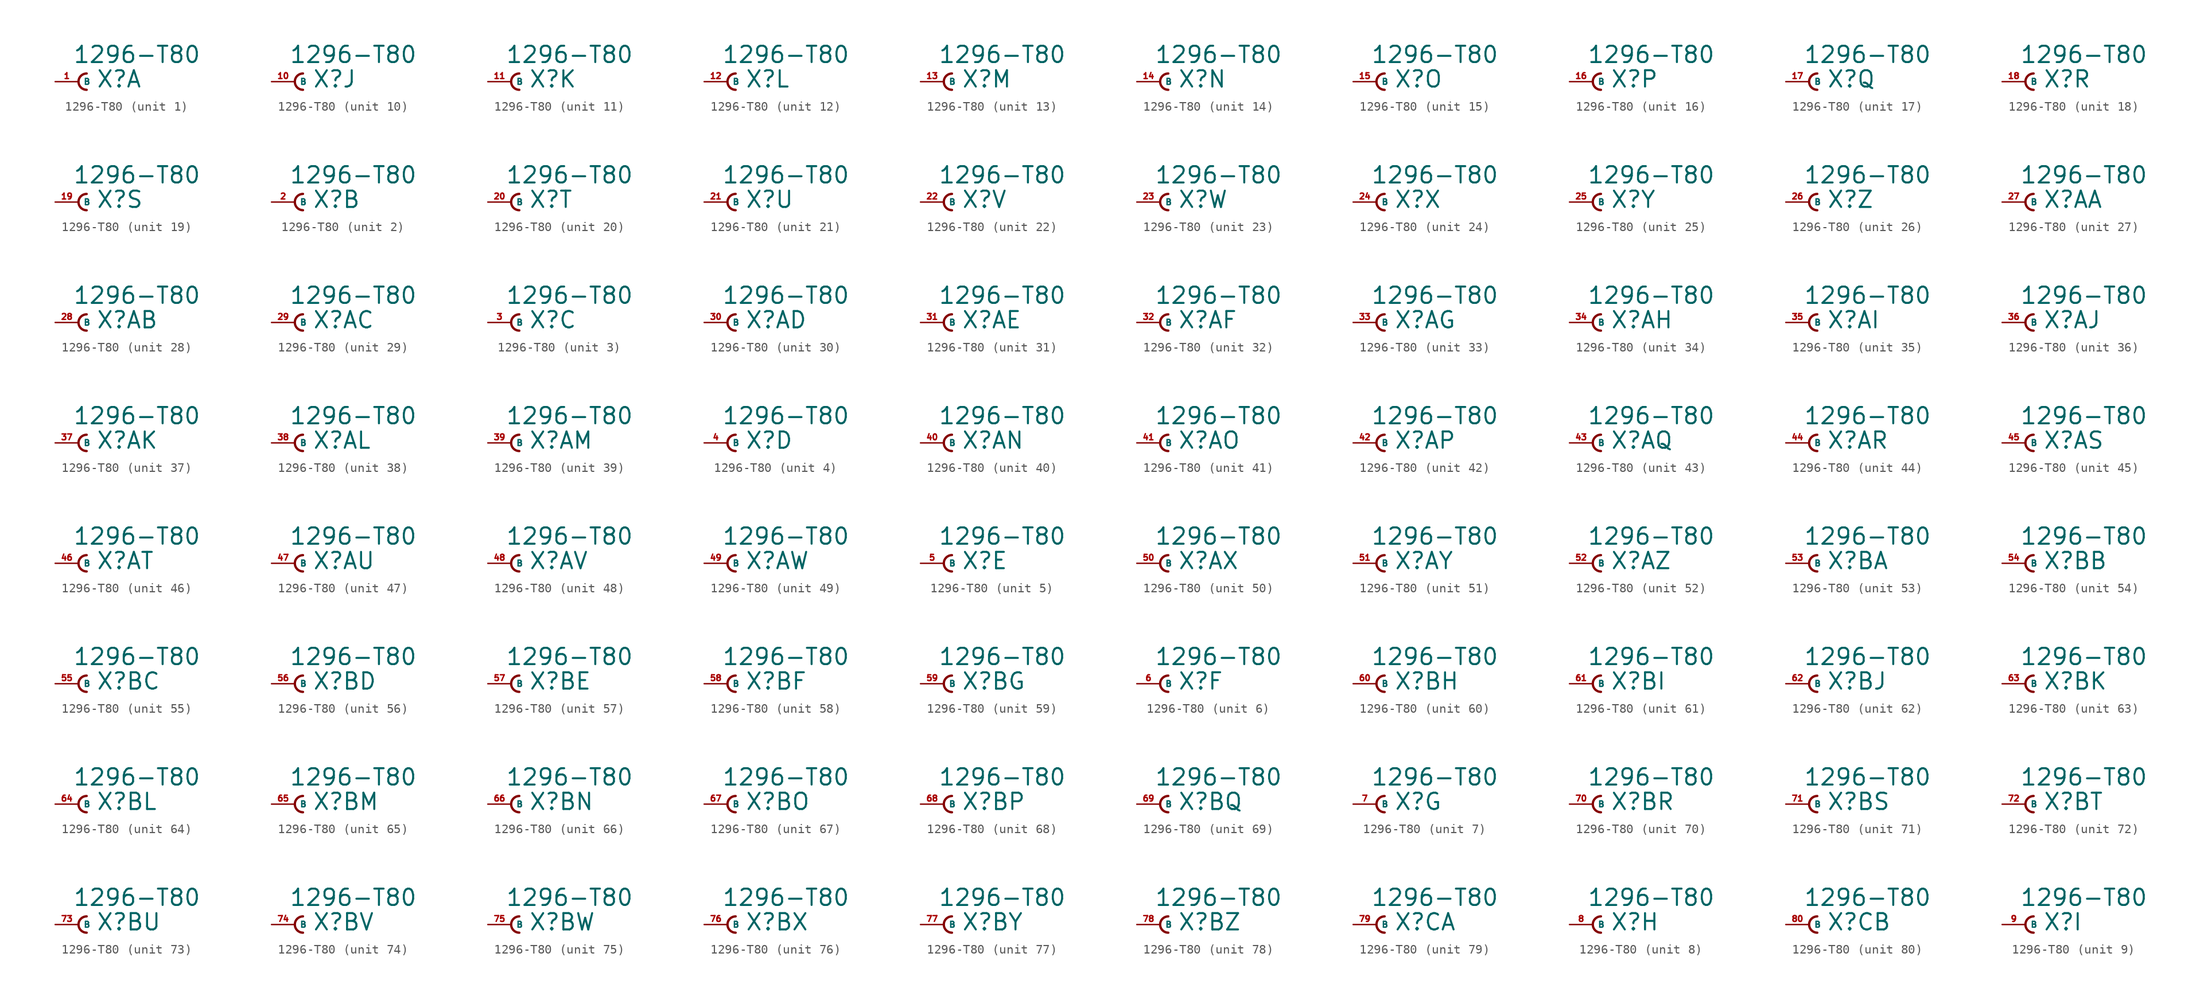
<source format=kicad_sym>
(kicad_symbol_lib
  (version 20220914)
  (generator Eagle2Kicad)
  (symbol "1296-T80"
    (property "Reference" "X"
      (at 1.905 -0.762 0)
      (effects (font (size 1.778 1.778) (thickness 0.22)) (justify left bottom)))
    (property "Value" "1296-T80"
      (at -0.635 1.905 0)
      (effects (font (size 1.778 1.778) (thickness 0.22)) (justify left bottom)))
    (symbol "1296-T80_1_0"
      (arc (start 0.889 0.889) (mid 0.000 0.000) (end 0.889 -0.889) (stroke (width 0.254) (type default)) (fill (type none)))
      (pin passive line (at -2.54 0 0) (length 2.54) (name "B" (effects (font (size 0.635 0.635) (thickness 0.08)) (justify left bottom))) (number "1" (effects (font (size 0.635 0.635) (thickness 0.08)) (justify left bottom)))))
    (symbol "1296-T80_2_0"
      (arc (start 0.889 0.889) (mid 0.000 0.000) (end 0.889 -0.889) (stroke (width 0.254) (type default)) (fill (type none)))
      (pin passive line (at -2.54 0 0) (length 2.54) (name "B" (effects (font (size 0.635 0.635) (thickness 0.08)) (justify left bottom))) (number "2" (effects (font (size 0.635 0.635) (thickness 0.08)) (justify left bottom)))))
    (symbol "1296-T80_3_0"
      (arc (start 0.889 0.889) (mid 0.000 0.000) (end 0.889 -0.889) (stroke (width 0.254) (type default)) (fill (type none)))
      (pin passive line (at -2.54 0 0) (length 2.54) (name "B" (effects (font (size 0.635 0.635) (thickness 0.08)) (justify left bottom))) (number "3" (effects (font (size 0.635 0.635) (thickness 0.08)) (justify left bottom)))))
    (symbol "1296-T80_4_0"
      (arc (start 0.889 0.889) (mid 0.000 0.000) (end 0.889 -0.889) (stroke (width 0.254) (type default)) (fill (type none)))
      (pin passive line (at -2.54 0 0) (length 2.54) (name "B" (effects (font (size 0.635 0.635) (thickness 0.08)) (justify left bottom))) (number "4" (effects (font (size 0.635 0.635) (thickness 0.08)) (justify left bottom)))))
    (symbol "1296-T80_5_0"
      (arc (start 0.889 0.889) (mid 0.000 0.000) (end 0.889 -0.889) (stroke (width 0.254) (type default)) (fill (type none)))
      (pin passive line (at -2.54 0 0) (length 2.54) (name "B" (effects (font (size 0.635 0.635) (thickness 0.08)) (justify left bottom))) (number "5" (effects (font (size 0.635 0.635) (thickness 0.08)) (justify left bottom)))))
    (symbol "1296-T80_6_0"
      (arc (start 0.889 0.889) (mid 0.000 0.000) (end 0.889 -0.889) (stroke (width 0.254) (type default)) (fill (type none)))
      (pin passive line (at -2.54 0 0) (length 2.54) (name "B" (effects (font (size 0.635 0.635) (thickness 0.08)) (justify left bottom))) (number "6" (effects (font (size 0.635 0.635) (thickness 0.08)) (justify left bottom)))))
    (symbol "1296-T80_7_0"
      (arc (start 0.889 0.889) (mid 0.000 0.000) (end 0.889 -0.889) (stroke (width 0.254) (type default)) (fill (type none)))
      (pin passive line (at -2.54 0 0) (length 2.54) (name "B" (effects (font (size 0.635 0.635) (thickness 0.08)) (justify left bottom))) (number "7" (effects (font (size 0.635 0.635) (thickness 0.08)) (justify left bottom)))))
    (symbol "1296-T80_8_0"
      (arc (start 0.889 0.889) (mid 0.000 0.000) (end 0.889 -0.889) (stroke (width 0.254) (type default)) (fill (type none)))
      (pin passive line (at -2.54 0 0) (length 2.54) (name "B" (effects (font (size 0.635 0.635) (thickness 0.08)) (justify left bottom))) (number "8" (effects (font (size 0.635 0.635) (thickness 0.08)) (justify left bottom)))))
    (symbol "1296-T80_9_0"
      (arc (start 0.889 0.889) (mid 0.000 0.000) (end 0.889 -0.889) (stroke (width 0.254) (type default)) (fill (type none)))
      (pin passive line (at -2.54 0 0) (length 2.54) (name "B" (effects (font (size 0.635 0.635) (thickness 0.08)) (justify left bottom))) (number "9" (effects (font (size 0.635 0.635) (thickness 0.08)) (justify left bottom)))))
    (symbol "1296-T80_10_0"
      (arc (start 0.889 0.889) (mid 0.000 0.000) (end 0.889 -0.889) (stroke (width 0.254) (type default)) (fill (type none)))
      (pin passive line (at -2.54 0 0) (length 2.54) (name "B" (effects (font (size 0.635 0.635) (thickness 0.08)) (justify left bottom))) (number "10" (effects (font (size 0.635 0.635) (thickness 0.08)) (justify left bottom)))))
    (symbol "1296-T80_11_0"
      (arc (start 0.889 0.889) (mid 0.000 0.000) (end 0.889 -0.889) (stroke (width 0.254) (type default)) (fill (type none)))
      (pin passive line (at -2.54 0 0) (length 2.54) (name "B" (effects (font (size 0.635 0.635) (thickness 0.08)) (justify left bottom))) (number "11" (effects (font (size 0.635 0.635) (thickness 0.08)) (justify left bottom)))))
    (symbol "1296-T80_12_0"
      (arc (start 0.889 0.889) (mid 0.000 0.000) (end 0.889 -0.889) (stroke (width 0.254) (type default)) (fill (type none)))
      (pin passive line (at -2.54 0 0) (length 2.54) (name "B" (effects (font (size 0.635 0.635) (thickness 0.08)) (justify left bottom))) (number "12" (effects (font (size 0.635 0.635) (thickness 0.08)) (justify left bottom)))))
    (symbol "1296-T80_13_0"
      (arc (start 0.889 0.889) (mid 0.000 0.000) (end 0.889 -0.889) (stroke (width 0.254) (type default)) (fill (type none)))
      (pin passive line (at -2.54 0 0) (length 2.54) (name "B" (effects (font (size 0.635 0.635) (thickness 0.08)) (justify left bottom))) (number "13" (effects (font (size 0.635 0.635) (thickness 0.08)) (justify left bottom)))))
    (symbol "1296-T80_14_0"
      (arc (start 0.889 0.889) (mid 0.000 0.000) (end 0.889 -0.889) (stroke (width 0.254) (type default)) (fill (type none)))
      (pin passive line (at -2.54 0 0) (length 2.54) (name "B" (effects (font (size 0.635 0.635) (thickness 0.08)) (justify left bottom))) (number "14" (effects (font (size 0.635 0.635) (thickness 0.08)) (justify left bottom)))))
    (symbol "1296-T80_15_0"
      (arc (start 0.889 0.889) (mid 0.000 0.000) (end 0.889 -0.889) (stroke (width 0.254) (type default)) (fill (type none)))
      (pin passive line (at -2.54 0 0) (length 2.54) (name "B" (effects (font (size 0.635 0.635) (thickness 0.08)) (justify left bottom))) (number "15" (effects (font (size 0.635 0.635) (thickness 0.08)) (justify left bottom)))))
    (symbol "1296-T80_16_0"
      (arc (start 0.889 0.889) (mid 0.000 0.000) (end 0.889 -0.889) (stroke (width 0.254) (type default)) (fill (type none)))
      (pin passive line (at -2.54 0 0) (length 2.54) (name "B" (effects (font (size 0.635 0.635) (thickness 0.08)) (justify left bottom))) (number "16" (effects (font (size 0.635 0.635) (thickness 0.08)) (justify left bottom)))))
    (symbol "1296-T80_17_0"
      (arc (start 0.889 0.889) (mid 0.000 0.000) (end 0.889 -0.889) (stroke (width 0.254) (type default)) (fill (type none)))
      (pin passive line (at -2.54 0 0) (length 2.54) (name "B" (effects (font (size 0.635 0.635) (thickness 0.08)) (justify left bottom))) (number "17" (effects (font (size 0.635 0.635) (thickness 0.08)) (justify left bottom)))))
    (symbol "1296-T80_18_0"
      (arc (start 0.889 0.889) (mid 0.000 0.000) (end 0.889 -0.889) (stroke (width 0.254) (type default)) (fill (type none)))
      (pin passive line (at -2.54 0 0) (length 2.54) (name "B" (effects (font (size 0.635 0.635) (thickness 0.08)) (justify left bottom))) (number "18" (effects (font (size 0.635 0.635) (thickness 0.08)) (justify left bottom)))))
    (symbol "1296-T80_19_0"
      (arc (start 0.889 0.889) (mid 0.000 0.000) (end 0.889 -0.889) (stroke (width 0.254) (type default)) (fill (type none)))
      (pin passive line (at -2.54 0 0) (length 2.54) (name "B" (effects (font (size 0.635 0.635) (thickness 0.08)) (justify left bottom))) (number "19" (effects (font (size 0.635 0.635) (thickness 0.08)) (justify left bottom)))))
    (symbol "1296-T80_20_0"
      (arc (start 0.889 0.889) (mid 0.000 0.000) (end 0.889 -0.889) (stroke (width 0.254) (type default)) (fill (type none)))
      (pin passive line (at -2.54 0 0) (length 2.54) (name "B" (effects (font (size 0.635 0.635) (thickness 0.08)) (justify left bottom))) (number "20" (effects (font (size 0.635 0.635) (thickness 0.08)) (justify left bottom)))))
    (symbol "1296-T80_21_0"
      (arc (start 0.889 0.889) (mid 0.000 0.000) (end 0.889 -0.889) (stroke (width 0.254) (type default)) (fill (type none)))
      (pin passive line (at -2.54 0 0) (length 2.54) (name "B" (effects (font (size 0.635 0.635) (thickness 0.08)) (justify left bottom))) (number "21" (effects (font (size 0.635 0.635) (thickness 0.08)) (justify left bottom)))))
    (symbol "1296-T80_22_0"
      (arc (start 0.889 0.889) (mid 0.000 0.000) (end 0.889 -0.889) (stroke (width 0.254) (type default)) (fill (type none)))
      (pin passive line (at -2.54 0 0) (length 2.54) (name "B" (effects (font (size 0.635 0.635) (thickness 0.08)) (justify left bottom))) (number "22" (effects (font (size 0.635 0.635) (thickness 0.08)) (justify left bottom)))))
    (symbol "1296-T80_23_0"
      (arc (start 0.889 0.889) (mid 0.000 0.000) (end 0.889 -0.889) (stroke (width 0.254) (type default)) (fill (type none)))
      (pin passive line (at -2.54 0 0) (length 2.54) (name "B" (effects (font (size 0.635 0.635) (thickness 0.08)) (justify left bottom))) (number "23" (effects (font (size 0.635 0.635) (thickness 0.08)) (justify left bottom)))))
    (symbol "1296-T80_24_0"
      (arc (start 0.889 0.889) (mid 0.000 0.000) (end 0.889 -0.889) (stroke (width 0.254) (type default)) (fill (type none)))
      (pin passive line (at -2.54 0 0) (length 2.54) (name "B" (effects (font (size 0.635 0.635) (thickness 0.08)) (justify left bottom))) (number "24" (effects (font (size 0.635 0.635) (thickness 0.08)) (justify left bottom)))))
    (symbol "1296-T80_25_0"
      (arc (start 0.889 0.889) (mid 0.000 0.000) (end 0.889 -0.889) (stroke (width 0.254) (type default)) (fill (type none)))
      (pin passive line (at -2.54 0 0) (length 2.54) (name "B" (effects (font (size 0.635 0.635) (thickness 0.08)) (justify left bottom))) (number "25" (effects (font (size 0.635 0.635) (thickness 0.08)) (justify left bottom)))))
    (symbol "1296-T80_26_0"
      (arc (start 0.889 0.889) (mid 0.000 0.000) (end 0.889 -0.889) (stroke (width 0.254) (type default)) (fill (type none)))
      (pin passive line (at -2.54 0 0) (length 2.54) (name "B" (effects (font (size 0.635 0.635) (thickness 0.08)) (justify left bottom))) (number "26" (effects (font (size 0.635 0.635) (thickness 0.08)) (justify left bottom)))))
    (symbol "1296-T80_27_0"
      (arc (start 0.889 0.889) (mid 0.000 0.000) (end 0.889 -0.889) (stroke (width 0.254) (type default)) (fill (type none)))
      (pin passive line (at -2.54 0 0) (length 2.54) (name "B" (effects (font (size 0.635 0.635) (thickness 0.08)) (justify left bottom))) (number "27" (effects (font (size 0.635 0.635) (thickness 0.08)) (justify left bottom)))))
    (symbol "1296-T80_28_0"
      (arc (start 0.889 0.889) (mid 0.000 0.000) (end 0.889 -0.889) (stroke (width 0.254) (type default)) (fill (type none)))
      (pin passive line (at -2.54 0 0) (length 2.54) (name "B" (effects (font (size 0.635 0.635) (thickness 0.08)) (justify left bottom))) (number "28" (effects (font (size 0.635 0.635) (thickness 0.08)) (justify left bottom)))))
    (symbol "1296-T80_29_0"
      (arc (start 0.889 0.889) (mid 0.000 0.000) (end 0.889 -0.889) (stroke (width 0.254) (type default)) (fill (type none)))
      (pin passive line (at -2.54 0 0) (length 2.54) (name "B" (effects (font (size 0.635 0.635) (thickness 0.08)) (justify left bottom))) (number "29" (effects (font (size 0.635 0.635) (thickness 0.08)) (justify left bottom)))))
    (symbol "1296-T80_30_0"
      (arc (start 0.889 0.889) (mid 0.000 0.000) (end 0.889 -0.889) (stroke (width 0.254) (type default)) (fill (type none)))
      (pin passive line (at -2.54 0 0) (length 2.54) (name "B" (effects (font (size 0.635 0.635) (thickness 0.08)) (justify left bottom))) (number "30" (effects (font (size 0.635 0.635) (thickness 0.08)) (justify left bottom)))))
    (symbol "1296-T80_31_0"
      (arc (start 0.889 0.889) (mid 0.000 0.000) (end 0.889 -0.889) (stroke (width 0.254) (type default)) (fill (type none)))
      (pin passive line (at -2.54 0 0) (length 2.54) (name "B" (effects (font (size 0.635 0.635) (thickness 0.08)) (justify left bottom))) (number "31" (effects (font (size 0.635 0.635) (thickness 0.08)) (justify left bottom)))))
    (symbol "1296-T80_32_0"
      (arc (start 0.889 0.889) (mid 0.000 0.000) (end 0.889 -0.889) (stroke (width 0.254) (type default)) (fill (type none)))
      (pin passive line (at -2.54 0 0) (length 2.54) (name "B" (effects (font (size 0.635 0.635) (thickness 0.08)) (justify left bottom))) (number "32" (effects (font (size 0.635 0.635) (thickness 0.08)) (justify left bottom)))))
    (symbol "1296-T80_33_0"
      (arc (start 0.889 0.889) (mid 0.000 0.000) (end 0.889 -0.889) (stroke (width 0.254) (type default)) (fill (type none)))
      (pin passive line (at -2.54 0 0) (length 2.54) (name "B" (effects (font (size 0.635 0.635) (thickness 0.08)) (justify left bottom))) (number "33" (effects (font (size 0.635 0.635) (thickness 0.08)) (justify left bottom)))))
    (symbol "1296-T80_34_0"
      (arc (start 0.889 0.889) (mid 0.000 0.000) (end 0.889 -0.889) (stroke (width 0.254) (type default)) (fill (type none)))
      (pin passive line (at -2.54 0 0) (length 2.54) (name "B" (effects (font (size 0.635 0.635) (thickness 0.08)) (justify left bottom))) (number "34" (effects (font (size 0.635 0.635) (thickness 0.08)) (justify left bottom)))))
    (symbol "1296-T80_35_0"
      (arc (start 0.889 0.889) (mid 0.000 0.000) (end 0.889 -0.889) (stroke (width 0.254) (type default)) (fill (type none)))
      (pin passive line (at -2.54 0 0) (length 2.54) (name "B" (effects (font (size 0.635 0.635) (thickness 0.08)) (justify left bottom))) (number "35" (effects (font (size 0.635 0.635) (thickness 0.08)) (justify left bottom)))))
    (symbol "1296-T80_36_0"
      (arc (start 0.889 0.889) (mid 0.000 0.000) (end 0.889 -0.889) (stroke (width 0.254) (type default)) (fill (type none)))
      (pin passive line (at -2.54 0 0) (length 2.54) (name "B" (effects (font (size 0.635 0.635) (thickness 0.08)) (justify left bottom))) (number "36" (effects (font (size 0.635 0.635) (thickness 0.08)) (justify left bottom)))))
    (symbol "1296-T80_37_0"
      (arc (start 0.889 0.889) (mid 0.000 0.000) (end 0.889 -0.889) (stroke (width 0.254) (type default)) (fill (type none)))
      (pin passive line (at -2.54 0 0) (length 2.54) (name "B" (effects (font (size 0.635 0.635) (thickness 0.08)) (justify left bottom))) (number "37" (effects (font (size 0.635 0.635) (thickness 0.08)) (justify left bottom)))))
    (symbol "1296-T80_38_0"
      (arc (start 0.889 0.889) (mid 0.000 0.000) (end 0.889 -0.889) (stroke (width 0.254) (type default)) (fill (type none)))
      (pin passive line (at -2.54 0 0) (length 2.54) (name "B" (effects (font (size 0.635 0.635) (thickness 0.08)) (justify left bottom))) (number "38" (effects (font (size 0.635 0.635) (thickness 0.08)) (justify left bottom)))))
    (symbol "1296-T80_39_0"
      (arc (start 0.889 0.889) (mid 0.000 0.000) (end 0.889 -0.889) (stroke (width 0.254) (type default)) (fill (type none)))
      (pin passive line (at -2.54 0 0) (length 2.54) (name "B" (effects (font (size 0.635 0.635) (thickness 0.08)) (justify left bottom))) (number "39" (effects (font (size 0.635 0.635) (thickness 0.08)) (justify left bottom)))))
    (symbol "1296-T80_40_0"
      (arc (start 0.889 0.889) (mid 0.000 0.000) (end 0.889 -0.889) (stroke (width 0.254) (type default)) (fill (type none)))
      (pin passive line (at -2.54 0 0) (length 2.54) (name "B" (effects (font (size 0.635 0.635) (thickness 0.08)) (justify left bottom))) (number "40" (effects (font (size 0.635 0.635) (thickness 0.08)) (justify left bottom)))))
    (symbol "1296-T80_41_0"
      (arc (start 0.889 0.889) (mid 0.000 0.000) (end 0.889 -0.889) (stroke (width 0.254) (type default)) (fill (type none)))
      (pin passive line (at -2.54 0 0) (length 2.54) (name "B" (effects (font (size 0.635 0.635) (thickness 0.08)) (justify left bottom))) (number "41" (effects (font (size 0.635 0.635) (thickness 0.08)) (justify left bottom)))))
    (symbol "1296-T80_42_0"
      (arc (start 0.889 0.889) (mid 0.000 0.000) (end 0.889 -0.889) (stroke (width 0.254) (type default)) (fill (type none)))
      (pin passive line (at -2.54 0 0) (length 2.54) (name "B" (effects (font (size 0.635 0.635) (thickness 0.08)) (justify left bottom))) (number "42" (effects (font (size 0.635 0.635) (thickness 0.08)) (justify left bottom)))))
    (symbol "1296-T80_43_0"
      (arc (start 0.889 0.889) (mid 0.000 0.000) (end 0.889 -0.889) (stroke (width 0.254) (type default)) (fill (type none)))
      (pin passive line (at -2.54 0 0) (length 2.54) (name "B" (effects (font (size 0.635 0.635) (thickness 0.08)) (justify left bottom))) (number "43" (effects (font (size 0.635 0.635) (thickness 0.08)) (justify left bottom)))))
    (symbol "1296-T80_44_0"
      (arc (start 0.889 0.889) (mid 0.000 0.000) (end 0.889 -0.889) (stroke (width 0.254) (type default)) (fill (type none)))
      (pin passive line (at -2.54 0 0) (length 2.54) (name "B" (effects (font (size 0.635 0.635) (thickness 0.08)) (justify left bottom))) (number "44" (effects (font (size 0.635 0.635) (thickness 0.08)) (justify left bottom)))))
    (symbol "1296-T80_45_0"
      (arc (start 0.889 0.889) (mid 0.000 0.000) (end 0.889 -0.889) (stroke (width 0.254) (type default)) (fill (type none)))
      (pin passive line (at -2.54 0 0) (length 2.54) (name "B" (effects (font (size 0.635 0.635) (thickness 0.08)) (justify left bottom))) (number "45" (effects (font (size 0.635 0.635) (thickness 0.08)) (justify left bottom)))))
    (symbol "1296-T80_46_0"
      (arc (start 0.889 0.889) (mid 0.000 0.000) (end 0.889 -0.889) (stroke (width 0.254) (type default)) (fill (type none)))
      (pin passive line (at -2.54 0 0) (length 2.54) (name "B" (effects (font (size 0.635 0.635) (thickness 0.08)) (justify left bottom))) (number "46" (effects (font (size 0.635 0.635) (thickness 0.08)) (justify left bottom)))))
    (symbol "1296-T80_47_0"
      (arc (start 0.889 0.889) (mid 0.000 0.000) (end 0.889 -0.889) (stroke (width 0.254) (type default)) (fill (type none)))
      (pin passive line (at -2.54 0 0) (length 2.54) (name "B" (effects (font (size 0.635 0.635) (thickness 0.08)) (justify left bottom))) (number "47" (effects (font (size 0.635 0.635) (thickness 0.08)) (justify left bottom)))))
    (symbol "1296-T80_48_0"
      (arc (start 0.889 0.889) (mid 0.000 0.000) (end 0.889 -0.889) (stroke (width 0.254) (type default)) (fill (type none)))
      (pin passive line (at -2.54 0 0) (length 2.54) (name "B" (effects (font (size 0.635 0.635) (thickness 0.08)) (justify left bottom))) (number "48" (effects (font (size 0.635 0.635) (thickness 0.08)) (justify left bottom)))))
    (symbol "1296-T80_49_0"
      (arc (start 0.889 0.889) (mid 0.000 0.000) (end 0.889 -0.889) (stroke (width 0.254) (type default)) (fill (type none)))
      (pin passive line (at -2.54 0 0) (length 2.54) (name "B" (effects (font (size 0.635 0.635) (thickness 0.08)) (justify left bottom))) (number "49" (effects (font (size 0.635 0.635) (thickness 0.08)) (justify left bottom)))))
    (symbol "1296-T80_50_0"
      (arc (start 0.889 0.889) (mid 0.000 0.000) (end 0.889 -0.889) (stroke (width 0.254) (type default)) (fill (type none)))
      (pin passive line (at -2.54 0 0) (length 2.54) (name "B" (effects (font (size 0.635 0.635) (thickness 0.08)) (justify left bottom))) (number "50" (effects (font (size 0.635 0.635) (thickness 0.08)) (justify left bottom)))))
    (symbol "1296-T80_51_0"
      (arc (start 0.889 0.889) (mid 0.000 0.000) (end 0.889 -0.889) (stroke (width 0.254) (type default)) (fill (type none)))
      (pin passive line (at -2.54 0 0) (length 2.54) (name "B" (effects (font (size 0.635 0.635) (thickness 0.08)) (justify left bottom))) (number "51" (effects (font (size 0.635 0.635) (thickness 0.08)) (justify left bottom)))))
    (symbol "1296-T80_52_0"
      (arc (start 0.889 0.889) (mid 0.000 0.000) (end 0.889 -0.889) (stroke (width 0.254) (type default)) (fill (type none)))
      (pin passive line (at -2.54 0 0) (length 2.54) (name "B" (effects (font (size 0.635 0.635) (thickness 0.08)) (justify left bottom))) (number "52" (effects (font (size 0.635 0.635) (thickness 0.08)) (justify left bottom)))))
    (symbol "1296-T80_53_0"
      (arc (start 0.889 0.889) (mid 0.000 0.000) (end 0.889 -0.889) (stroke (width 0.254) (type default)) (fill (type none)))
      (pin passive line (at -2.54 0 0) (length 2.54) (name "B" (effects (font (size 0.635 0.635) (thickness 0.08)) (justify left bottom))) (number "53" (effects (font (size 0.635 0.635) (thickness 0.08)) (justify left bottom)))))
    (symbol "1296-T80_54_0"
      (arc (start 0.889 0.889) (mid 0.000 0.000) (end 0.889 -0.889) (stroke (width 0.254) (type default)) (fill (type none)))
      (pin passive line (at -2.54 0 0) (length 2.54) (name "B" (effects (font (size 0.635 0.635) (thickness 0.08)) (justify left bottom))) (number "54" (effects (font (size 0.635 0.635) (thickness 0.08)) (justify left bottom)))))
    (symbol "1296-T80_55_0"
      (arc (start 0.889 0.889) (mid 0.000 0.000) (end 0.889 -0.889) (stroke (width 0.254) (type default)) (fill (type none)))
      (pin passive line (at -2.54 0 0) (length 2.54) (name "B" (effects (font (size 0.635 0.635) (thickness 0.08)) (justify left bottom))) (number "55" (effects (font (size 0.635 0.635) (thickness 0.08)) (justify left bottom)))))
    (symbol "1296-T80_56_0"
      (arc (start 0.889 0.889) (mid 0.000 0.000) (end 0.889 -0.889) (stroke (width 0.254) (type default)) (fill (type none)))
      (pin passive line (at -2.54 0 0) (length 2.54) (name "B" (effects (font (size 0.635 0.635) (thickness 0.08)) (justify left bottom))) (number "56" (effects (font (size 0.635 0.635) (thickness 0.08)) (justify left bottom)))))
    (symbol "1296-T80_57_0"
      (arc (start 0.889 0.889) (mid 0.000 0.000) (end 0.889 -0.889) (stroke (width 0.254) (type default)) (fill (type none)))
      (pin passive line (at -2.54 0 0) (length 2.54) (name "B" (effects (font (size 0.635 0.635) (thickness 0.08)) (justify left bottom))) (number "57" (effects (font (size 0.635 0.635) (thickness 0.08)) (justify left bottom)))))
    (symbol "1296-T80_58_0"
      (arc (start 0.889 0.889) (mid 0.000 0.000) (end 0.889 -0.889) (stroke (width 0.254) (type default)) (fill (type none)))
      (pin passive line (at -2.54 0 0) (length 2.54) (name "B" (effects (font (size 0.635 0.635) (thickness 0.08)) (justify left bottom))) (number "58" (effects (font (size 0.635 0.635) (thickness 0.08)) (justify left bottom)))))
    (symbol "1296-T80_59_0"
      (arc (start 0.889 0.889) (mid 0.000 0.000) (end 0.889 -0.889) (stroke (width 0.254) (type default)) (fill (type none)))
      (pin passive line (at -2.54 0 0) (length 2.54) (name "B" (effects (font (size 0.635 0.635) (thickness 0.08)) (justify left bottom))) (number "59" (effects (font (size 0.635 0.635) (thickness 0.08)) (justify left bottom)))))
    (symbol "1296-T80_60_0"
      (arc (start 0.889 0.889) (mid 0.000 0.000) (end 0.889 -0.889) (stroke (width 0.254) (type default)) (fill (type none)))
      (pin passive line (at -2.54 0 0) (length 2.54) (name "B" (effects (font (size 0.635 0.635) (thickness 0.08)) (justify left bottom))) (number "60" (effects (font (size 0.635 0.635) (thickness 0.08)) (justify left bottom)))))
    (symbol "1296-T80_61_0"
      (arc (start 0.889 0.889) (mid 0.000 0.000) (end 0.889 -0.889) (stroke (width 0.254) (type default)) (fill (type none)))
      (pin passive line (at -2.54 0 0) (length 2.54) (name "B" (effects (font (size 0.635 0.635) (thickness 0.08)) (justify left bottom))) (number "61" (effects (font (size 0.635 0.635) (thickness 0.08)) (justify left bottom)))))
    (symbol "1296-T80_62_0"
      (arc (start 0.889 0.889) (mid 0.000 0.000) (end 0.889 -0.889) (stroke (width 0.254) (type default)) (fill (type none)))
      (pin passive line (at -2.54 0 0) (length 2.54) (name "B" (effects (font (size 0.635 0.635) (thickness 0.08)) (justify left bottom))) (number "62" (effects (font (size 0.635 0.635) (thickness 0.08)) (justify left bottom)))))
    (symbol "1296-T80_63_0"
      (arc (start 0.889 0.889) (mid 0.000 0.000) (end 0.889 -0.889) (stroke (width 0.254) (type default)) (fill (type none)))
      (pin passive line (at -2.54 0 0) (length 2.54) (name "B" (effects (font (size 0.635 0.635) (thickness 0.08)) (justify left bottom))) (number "63" (effects (font (size 0.635 0.635) (thickness 0.08)) (justify left bottom)))))
    (symbol "1296-T80_64_0"
      (arc (start 0.889 0.889) (mid 0.000 0.000) (end 0.889 -0.889) (stroke (width 0.254) (type default)) (fill (type none)))
      (pin passive line (at -2.54 0 0) (length 2.54) (name "B" (effects (font (size 0.635 0.635) (thickness 0.08)) (justify left bottom))) (number "64" (effects (font (size 0.635 0.635) (thickness 0.08)) (justify left bottom)))))
    (symbol "1296-T80_65_0"
      (arc (start 0.889 0.889) (mid 0.000 0.000) (end 0.889 -0.889) (stroke (width 0.254) (type default)) (fill (type none)))
      (pin passive line (at -2.54 0 0) (length 2.54) (name "B" (effects (font (size 0.635 0.635) (thickness 0.08)) (justify left bottom))) (number "65" (effects (font (size 0.635 0.635) (thickness 0.08)) (justify left bottom)))))
    (symbol "1296-T80_66_0"
      (arc (start 0.889 0.889) (mid 0.000 0.000) (end 0.889 -0.889) (stroke (width 0.254) (type default)) (fill (type none)))
      (pin passive line (at -2.54 0 0) (length 2.54) (name "B" (effects (font (size 0.635 0.635) (thickness 0.08)) (justify left bottom))) (number "66" (effects (font (size 0.635 0.635) (thickness 0.08)) (justify left bottom)))))
    (symbol "1296-T80_67_0"
      (arc (start 0.889 0.889) (mid 0.000 0.000) (end 0.889 -0.889) (stroke (width 0.254) (type default)) (fill (type none)))
      (pin passive line (at -2.54 0 0) (length 2.54) (name "B" (effects (font (size 0.635 0.635) (thickness 0.08)) (justify left bottom))) (number "67" (effects (font (size 0.635 0.635) (thickness 0.08)) (justify left bottom)))))
    (symbol "1296-T80_68_0"
      (arc (start 0.889 0.889) (mid 0.000 0.000) (end 0.889 -0.889) (stroke (width 0.254) (type default)) (fill (type none)))
      (pin passive line (at -2.54 0 0) (length 2.54) (name "B" (effects (font (size 0.635 0.635) (thickness 0.08)) (justify left bottom))) (number "68" (effects (font (size 0.635 0.635) (thickness 0.08)) (justify left bottom)))))
    (symbol "1296-T80_69_0"
      (arc (start 0.889 0.889) (mid 0.000 0.000) (end 0.889 -0.889) (stroke (width 0.254) (type default)) (fill (type none)))
      (pin passive line (at -2.54 0 0) (length 2.54) (name "B" (effects (font (size 0.635 0.635) (thickness 0.08)) (justify left bottom))) (number "69" (effects (font (size 0.635 0.635) (thickness 0.08)) (justify left bottom)))))
    (symbol "1296-T80_70_0"
      (arc (start 0.889 0.889) (mid 0.000 0.000) (end 0.889 -0.889) (stroke (width 0.254) (type default)) (fill (type none)))
      (pin passive line (at -2.54 0 0) (length 2.54) (name "B" (effects (font (size 0.635 0.635) (thickness 0.08)) (justify left bottom))) (number "70" (effects (font (size 0.635 0.635) (thickness 0.08)) (justify left bottom)))))
    (symbol "1296-T80_71_0"
      (arc (start 0.889 0.889) (mid 0.000 0.000) (end 0.889 -0.889) (stroke (width 0.254) (type default)) (fill (type none)))
      (pin passive line (at -2.54 0 0) (length 2.54) (name "B" (effects (font (size 0.635 0.635) (thickness 0.08)) (justify left bottom))) (number "71" (effects (font (size 0.635 0.635) (thickness 0.08)) (justify left bottom)))))
    (symbol "1296-T80_72_0"
      (arc (start 0.889 0.889) (mid 0.000 0.000) (end 0.889 -0.889) (stroke (width 0.254) (type default)) (fill (type none)))
      (pin passive line (at -2.54 0 0) (length 2.54) (name "B" (effects (font (size 0.635 0.635) (thickness 0.08)) (justify left bottom))) (number "72" (effects (font (size 0.635 0.635) (thickness 0.08)) (justify left bottom)))))
    (symbol "1296-T80_73_0"
      (arc (start 0.889 0.889) (mid 0.000 0.000) (end 0.889 -0.889) (stroke (width 0.254) (type default)) (fill (type none)))
      (pin passive line (at -2.54 0 0) (length 2.54) (name "B" (effects (font (size 0.635 0.635) (thickness 0.08)) (justify left bottom))) (number "73" (effects (font (size 0.635 0.635) (thickness 0.08)) (justify left bottom)))))
    (symbol "1296-T80_74_0"
      (arc (start 0.889 0.889) (mid 0.000 0.000) (end 0.889 -0.889) (stroke (width 0.254) (type default)) (fill (type none)))
      (pin passive line (at -2.54 0 0) (length 2.54) (name "B" (effects (font (size 0.635 0.635) (thickness 0.08)) (justify left bottom))) (number "74" (effects (font (size 0.635 0.635) (thickness 0.08)) (justify left bottom)))))
    (symbol "1296-T80_75_0"
      (arc (start 0.889 0.889) (mid 0.000 0.000) (end 0.889 -0.889) (stroke (width 0.254) (type default)) (fill (type none)))
      (pin passive line (at -2.54 0 0) (length 2.54) (name "B" (effects (font (size 0.635 0.635) (thickness 0.08)) (justify left bottom))) (number "75" (effects (font (size 0.635 0.635) (thickness 0.08)) (justify left bottom)))))
    (symbol "1296-T80_76_0"
      (arc (start 0.889 0.889) (mid 0.000 0.000) (end 0.889 -0.889) (stroke (width 0.254) (type default)) (fill (type none)))
      (pin passive line (at -2.54 0 0) (length 2.54) (name "B" (effects (font (size 0.635 0.635) (thickness 0.08)) (justify left bottom))) (number "76" (effects (font (size 0.635 0.635) (thickness 0.08)) (justify left bottom)))))
    (symbol "1296-T80_77_0"
      (arc (start 0.889 0.889) (mid 0.000 0.000) (end 0.889 -0.889) (stroke (width 0.254) (type default)) (fill (type none)))
      (pin passive line (at -2.54 0 0) (length 2.54) (name "B" (effects (font (size 0.635 0.635) (thickness 0.08)) (justify left bottom))) (number "77" (effects (font (size 0.635 0.635) (thickness 0.08)) (justify left bottom)))))
    (symbol "1296-T80_78_0"
      (arc (start 0.889 0.889) (mid 0.000 0.000) (end 0.889 -0.889) (stroke (width 0.254) (type default)) (fill (type none)))
      (pin passive line (at -2.54 0 0) (length 2.54) (name "B" (effects (font (size 0.635 0.635) (thickness 0.08)) (justify left bottom))) (number "78" (effects (font (size 0.635 0.635) (thickness 0.08)) (justify left bottom)))))
    (symbol "1296-T80_79_0"
      (arc (start 0.889 0.889) (mid 0.000 0.000) (end 0.889 -0.889) (stroke (width 0.254) (type default)) (fill (type none)))
      (pin passive line (at -2.54 0 0) (length 2.54) (name "B" (effects (font (size 0.635 0.635) (thickness 0.08)) (justify left bottom))) (number "79" (effects (font (size 0.635 0.635) (thickness 0.08)) (justify left bottom)))))
    (symbol "1296-T80_80_0"
      (arc (start 0.889 0.889) (mid 0.000 0.000) (end 0.889 -0.889) (stroke (width 0.254) (type default)) (fill (type none)))
      (pin passive line (at -2.54 0 0) (length 2.54) (name "B" (effects (font (size 0.635 0.635) (thickness 0.08)) (justify left bottom))) (number "80" (effects (font (size 0.635 0.635) (thickness 0.08)) (justify left bottom)))))))
</source>
